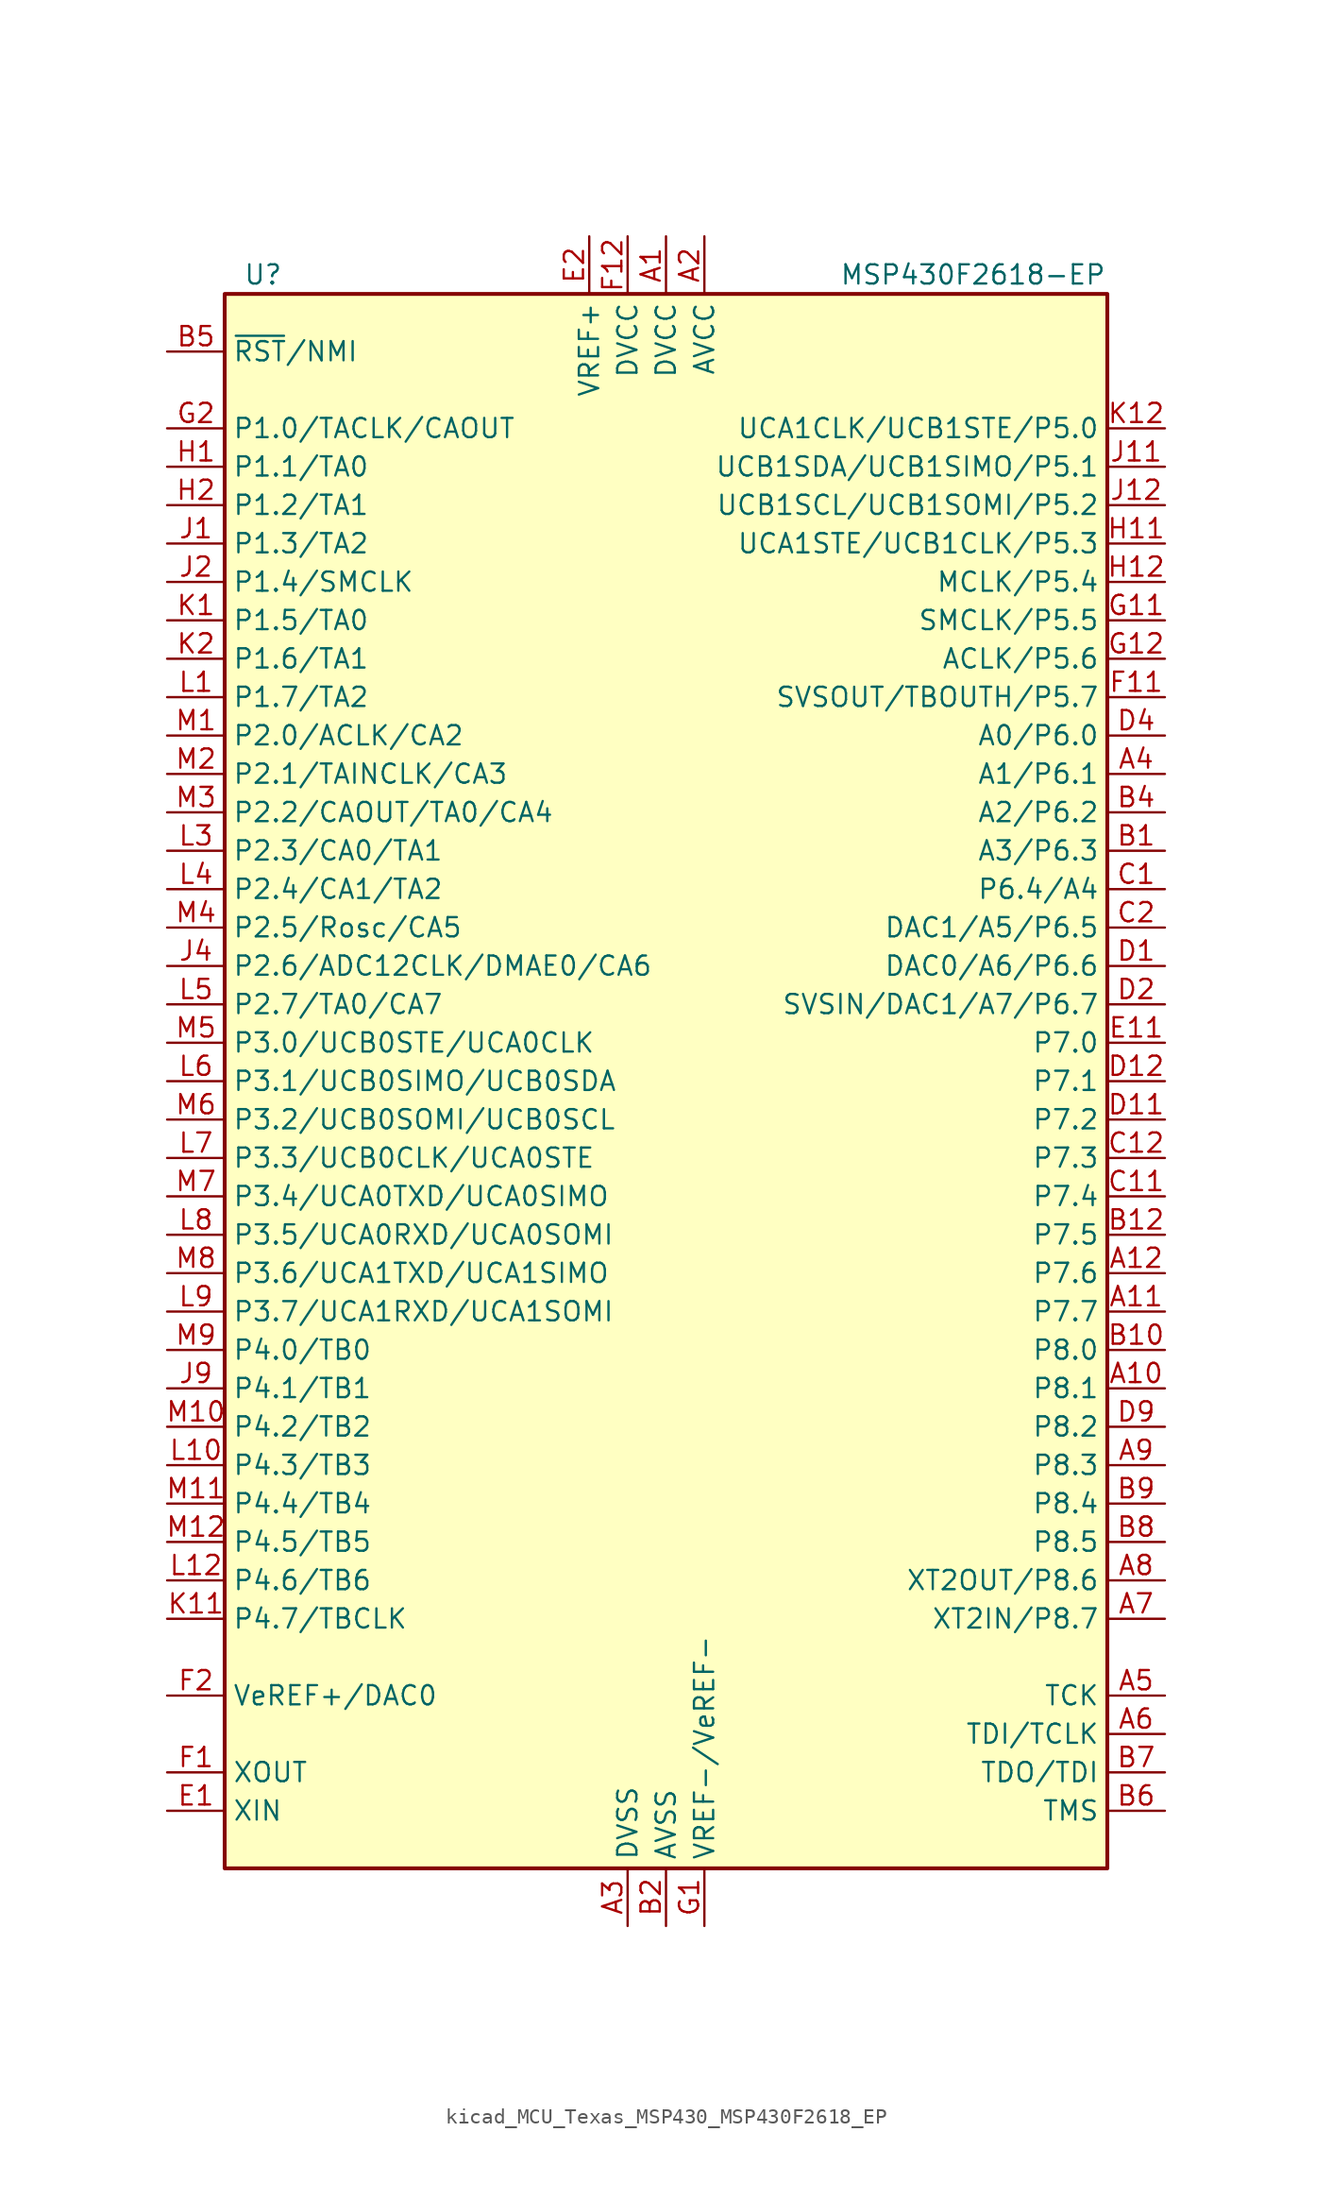
<source format=kicad_sym>
(kicad_symbol_lib
  (version 20220914)
  (generator kicad_symbol_editor)
  (symbol "kicad_MCU_Texas_MSP430_MSP430F2618_EP"
    (property "Reference" "U"
      (at -26.67 53.34 0)
      (effects (font (size 1.27 1.27))))
    (property "Value" "MSP430F2618-EP"
      (at 20.32 53.34 0)
      (effects (font (size 1.27 1.27))))
    (symbol "kicad_MCU_Texas_MSP430_MSP430F2618_EP_0_1"
      (rectangle (start -29.21 52.07) (end 29.21 -52.07) (stroke (width 0.254) (type default)) (fill (type background))))
    (symbol "kicad_MCU_Texas_MSP430_MSP430F2618_EP_1_1"
      (pin power_in line (at 0 55.88 270) (length 3.81) (name "DVCC" (effects (font (size 1.27 1.27)))) (number "A1" (effects (font (size 1.27 1.27)))))
      (pin bidirectional line (at 33.02 -20.32 180) (length 3.81) (name "P8.1" (effects (font (size 1.27 1.27)))) (number "A10" (effects (font (size 1.27 1.27)))))
      (pin bidirectional line (at 33.02 -15.24 180) (length 3.81) (name "P7.7" (effects (font (size 1.27 1.27)))) (number "A11" (effects (font (size 1.27 1.27)))))
      (pin bidirectional line (at 33.02 -12.7 180) (length 3.81) (name "P7.6" (effects (font (size 1.27 1.27)))) (number "A12" (effects (font (size 1.27 1.27)))))
      (pin power_in line (at 2.54 55.88 270) (length 3.81) (name "AVCC" (effects (font (size 1.27 1.27)))) (number "A2" (effects (font (size 1.27 1.27)))))
      (pin power_in line (at -2.54 -55.88 90) (length 3.81) (name "DVSS" (effects (font (size 1.27 1.27)))) (number "A3" (effects (font (size 1.27 1.27)))))
      (pin bidirectional line (at 33.02 20.32 180) (length 3.81) (name "A1/P6.1" (effects (font (size 1.27 1.27)))) (number "A4" (effects (font (size 1.27 1.27)))))
      (pin input line (at 33.02 -40.64 180) (length 3.81) (name "TCK" (effects (font (size 1.27 1.27)))) (number "A5" (effects (font (size 1.27 1.27)))))
      (pin input line (at 33.02 -43.18 180) (length 3.81) (name "TDI/TCLK" (effects (font (size 1.27 1.27)))) (number "A6" (effects (font (size 1.27 1.27)))))
      (pin bidirectional line (at 33.02 -35.56 180) (length 3.81) (name "XT2IN/P8.7" (effects (font (size 1.27 1.27)))) (number "A7" (effects (font (size 1.27 1.27)))))
      (pin bidirectional line (at 33.02 -33.02 180) (length 3.81) (name "XT2OUT/P8.6" (effects (font (size 1.27 1.27)))) (number "A8" (effects (font (size 1.27 1.27)))))
      (pin bidirectional line (at 33.02 -25.4 180) (length 3.81) (name "P8.3" (effects (font (size 1.27 1.27)))) (number "A9" (effects (font (size 1.27 1.27)))))
      (pin bidirectional line (at 33.02 15.24 180) (length 3.81) (name "A3/P6.3" (effects (font (size 1.27 1.27)))) (number "B1" (effects (font (size 1.27 1.27)))))
      (pin bidirectional line (at 33.02 -17.78 180) (length 3.81) (name "P8.0" (effects (font (size 1.27 1.27)))) (number "B10" (effects (font (size 1.27 1.27)))))
      (pin passive line (at -2.54 -55.88 90) (length 3.81) hide (name "DVSS" (effects (font (size 1.27 1.27)))) (number "B11" (effects (font (size 1.27 1.27)))))
      (pin bidirectional line (at 33.02 -10.16 180) (length 3.81) (name "P7.5" (effects (font (size 1.27 1.27)))) (number "B12" (effects (font (size 1.27 1.27)))))
      (pin power_in line (at 0 -55.88 90) (length 3.81) (name "AVSS" (effects (font (size 1.27 1.27)))) (number "B2" (effects (font (size 1.27 1.27)))))
      (pin passive line (at 0 -55.88 90) (length 3.81) hide (name "AVSS" (effects (font (size 1.27 1.27)))) (number "B3" (effects (font (size 1.27 1.27)))))
      (pin bidirectional line (at 33.02 17.78 180) (length 3.81) (name "A2/P6.2" (effects (font (size 1.27 1.27)))) (number "B4" (effects (font (size 1.27 1.27)))))
      (pin input line (at -33.02 48.26 0) (length 3.81) (name "~{RST}/NMI" (effects (font (size 1.27 1.27)))) (number "B5" (effects (font (size 1.27 1.27)))))
      (pin input line (at 33.02 -48.26 180) (length 3.81) (name "TMS" (effects (font (size 1.27 1.27)))) (number "B6" (effects (font (size 1.27 1.27)))))
      (pin bidirectional line (at 33.02 -45.72 180) (length 3.81) (name "TDO/TDI" (effects (font (size 1.27 1.27)))) (number "B7" (effects (font (size 1.27 1.27)))))
      (pin bidirectional line (at 33.02 -30.48 180) (length 3.81) (name "P8.5" (effects (font (size 1.27 1.27)))) (number "B8" (effects (font (size 1.27 1.27)))))
      (pin bidirectional line (at 33.02 -27.94 180) (length 3.81) (name "P8.4" (effects (font (size 1.27 1.27)))) (number "B9" (effects (font (size 1.27 1.27)))))
      (pin bidirectional line (at 33.02 12.7 180) (length 3.81) (name "P6.4/A4" (effects (font (size 1.27 1.27)))) (number "C1" (effects (font (size 1.27 1.27)))))
      (pin bidirectional line (at 33.02 -7.62 180) (length 3.81) (name "P7.4" (effects (font (size 1.27 1.27)))) (number "C11" (effects (font (size 1.27 1.27)))))
      (pin bidirectional line (at 33.02 -5.08 180) (length 3.81) (name "P7.3" (effects (font (size 1.27 1.27)))) (number "C12" (effects (font (size 1.27 1.27)))))
      (pin bidirectional line (at 33.02 10.16 180) (length 3.81) (name "DAC1/A5/P6.5" (effects (font (size 1.27 1.27)))) (number "C2" (effects (font (size 1.27 1.27)))))
      (pin bidirectional line (at 33.02 10.16 180) (length 3.81) hide (name "DAC1/A5/P6.5" (effects (font (size 1.27 1.27)))) (number "C3" (effects (font (size 1.27 1.27)))))
      (pin bidirectional line (at 33.02 7.62 180) (length 3.81) (name "DAC0/A6/P6.6" (effects (font (size 1.27 1.27)))) (number "D1" (effects (font (size 1.27 1.27)))))
      (pin bidirectional line (at 33.02 -2.54 180) (length 3.81) (name "P7.2" (effects (font (size 1.27 1.27)))) (number "D11" (effects (font (size 1.27 1.27)))))
      (pin bidirectional line (at 33.02 0 180) (length 3.81) (name "P7.1" (effects (font (size 1.27 1.27)))) (number "D12" (effects (font (size 1.27 1.27)))))
      (pin bidirectional line (at 33.02 5.08 180) (length 3.81) (name "SVSIN/DAC1/A7/P6.7" (effects (font (size 1.27 1.27)))) (number "D2" (effects (font (size 1.27 1.27)))))
      (pin bidirectional line (at 33.02 22.86 180) (length 3.81) (name "A0/P6.0" (effects (font (size 1.27 1.27)))) (number "D4" (effects (font (size 1.27 1.27)))))
      (pin passive line (at -2.54 -55.88 90) (length 3.81) hide (name "DVSS" (effects (font (size 1.27 1.27)))) (number "D5" (effects (font (size 1.27 1.27)))))
      (pin passive line (at -2.54 -55.88 90) (length 3.81) hide (name "DVSS" (effects (font (size 1.27 1.27)))) (number "D6" (effects (font (size 1.27 1.27)))))
      (pin passive line (at -2.54 -55.88 90) (length 3.81) hide (name "DVSS" (effects (font (size 1.27 1.27)))) (number "D7" (effects (font (size 1.27 1.27)))))
      (pin passive line (at -2.54 -55.88 90) (length 3.81) hide (name "DVSS" (effects (font (size 1.27 1.27)))) (number "D8" (effects (font (size 1.27 1.27)))))
      (pin bidirectional line (at 33.02 -22.86 180) (length 3.81) (name "P8.2" (effects (font (size 1.27 1.27)))) (number "D9" (effects (font (size 1.27 1.27)))))
      (pin input line (at -33.02 -48.26 0) (length 3.81) (name "XIN" (effects (font (size 1.27 1.27)))) (number "E1" (effects (font (size 1.27 1.27)))))
      (pin power_in line (at 33.02 2.54 180) (length 3.81) (name "P7.0" (effects (font (size 1.27 1.27)))) (number "E11" (effects (font (size 1.27 1.27)))))
      (pin passive line (at -2.54 -55.88 90) (length 3.81) hide (name "DVSS" (effects (font (size 1.27 1.27)))) (number "E12" (effects (font (size 1.27 1.27)))))
      (pin power_in line (at -5.08 55.88 270) (length 3.81) (name "VREF+" (effects (font (size 1.27 1.27)))) (number "E2" (effects (font (size 1.27 1.27)))))
      (pin passive line (at -2.54 -55.88 90) (length 3.81) hide (name "DVSS" (effects (font (size 1.27 1.27)))) (number "E4" (effects (font (size 1.27 1.27)))))
      (pin passive line (at -2.54 -55.88 90) (length 3.81) hide (name "DVSS" (effects (font (size 1.27 1.27)))) (number "E5" (effects (font (size 1.27 1.27)))))
      (pin passive line (at -2.54 -55.88 90) (length 3.81) hide (name "DVSS" (effects (font (size 1.27 1.27)))) (number "E6" (effects (font (size 1.27 1.27)))))
      (pin passive line (at -2.54 -55.88 90) (length 3.81) hide (name "DVSS" (effects (font (size 1.27 1.27)))) (number "E7" (effects (font (size 1.27 1.27)))))
      (pin passive line (at -2.54 -55.88 90) (length 3.81) hide (name "DVSS" (effects (font (size 1.27 1.27)))) (number "E8" (effects (font (size 1.27 1.27)))))
      (pin passive line (at -2.54 -55.88 90) (length 3.81) hide (name "DVSS" (effects (font (size 1.27 1.27)))) (number "E9" (effects (font (size 1.27 1.27)))))
      (pin output line (at -33.02 -45.72 0) (length 3.81) (name "XOUT" (effects (font (size 1.27 1.27)))) (number "F1" (effects (font (size 1.27 1.27)))))
      (pin bidirectional line (at 33.02 25.4 180) (length 3.81) (name "SVSOUT/TBOUTH/P5.7" (effects (font (size 1.27 1.27)))) (number "F11" (effects (font (size 1.27 1.27)))))
      (pin power_in line (at -2.54 55.88 270) (length 3.81) (name "DVCC" (effects (font (size 1.27 1.27)))) (number "F12" (effects (font (size 1.27 1.27)))))
      (pin bidirectional line (at -33.02 -40.64 0) (length 3.81) (name "VeREF+/DAC0" (effects (font (size 1.27 1.27)))) (number "F2" (effects (font (size 1.27 1.27)))))
      (pin passive line (at -2.54 -55.88 90) (length 3.81) hide (name "DVSS" (effects (font (size 1.27 1.27)))) (number "F4" (effects (font (size 1.27 1.27)))))
      (pin passive line (at -2.54 -55.88 90) (length 3.81) hide (name "DVSS" (effects (font (size 1.27 1.27)))) (number "F5" (effects (font (size 1.27 1.27)))))
      (pin passive line (at -2.54 -55.88 90) (length 3.81) hide (name "DVSS" (effects (font (size 1.27 1.27)))) (number "F8" (effects (font (size 1.27 1.27)))))
      (pin passive line (at -2.54 -55.88 90) (length 3.81) hide (name "DVSS" (effects (font (size 1.27 1.27)))) (number "F9" (effects (font (size 1.27 1.27)))))
      (pin bidirectional line (at 2.54 -55.88 90) (length 3.81) (name "VREF-/VeREF-" (effects (font (size 1.27 1.27)))) (number "G1" (effects (font (size 1.27 1.27)))))
      (pin bidirectional line (at 33.02 30.48 180) (length 3.81) (name "SMCLK/P5.5" (effects (font (size 1.27 1.27)))) (number "G11" (effects (font (size 1.27 1.27)))))
      (pin bidirectional line (at 33.02 27.94 180) (length 3.81) (name "ACLK/P5.6" (effects (font (size 1.27 1.27)))) (number "G12" (effects (font (size 1.27 1.27)))))
      (pin bidirectional line (at -33.02 43.18 0) (length 3.81) (name "P1.0/TACLK/CAOUT" (effects (font (size 1.27 1.27)))) (number "G2" (effects (font (size 1.27 1.27)))))
      (pin passive line (at -2.54 -55.88 90) (length 3.81) hide (name "DVSS" (effects (font (size 1.27 1.27)))) (number "G4" (effects (font (size 1.27 1.27)))))
      (pin passive line (at -2.54 -55.88 90) (length 3.81) hide (name "DVSS" (effects (font (size 1.27 1.27)))) (number "G5" (effects (font (size 1.27 1.27)))))
      (pin passive line (at -2.54 -55.88 90) (length 3.81) hide (name "DVSS" (effects (font (size 1.27 1.27)))) (number "G8" (effects (font (size 1.27 1.27)))))
      (pin passive line (at -2.54 -55.88 90) (length 3.81) hide (name "DVSS" (effects (font (size 1.27 1.27)))) (number "G9" (effects (font (size 1.27 1.27)))))
      (pin bidirectional line (at -33.02 40.64 0) (length 3.81) (name "P1.1/TA0" (effects (font (size 1.27 1.27)))) (number "H1" (effects (font (size 1.27 1.27)))))
      (pin bidirectional line (at 33.02 35.56 180) (length 3.81) (name "UCA1STE/UCB1CLK/P5.3" (effects (font (size 1.27 1.27)))) (number "H11" (effects (font (size 1.27 1.27)))))
      (pin bidirectional line (at 33.02 33.02 180) (length 3.81) (name "MCLK/P5.4" (effects (font (size 1.27 1.27)))) (number "H12" (effects (font (size 1.27 1.27)))))
      (pin bidirectional line (at -33.02 38.1 0) (length 3.81) (name "P1.2/TA1" (effects (font (size 1.27 1.27)))) (number "H2" (effects (font (size 1.27 1.27)))))
      (pin passive line (at -2.54 -55.88 90) (length 3.81) hide (name "DVSS" (effects (font (size 1.27 1.27)))) (number "H4" (effects (font (size 1.27 1.27)))))
      (pin passive line (at -2.54 -55.88 90) (length 3.81) hide (name "DVSS" (effects (font (size 1.27 1.27)))) (number "H5" (effects (font (size 1.27 1.27)))))
      (pin passive line (at -2.54 -55.88 90) (length 3.81) hide (name "DVSS" (effects (font (size 1.27 1.27)))) (number "H6" (effects (font (size 1.27 1.27)))))
      (pin passive line (at -2.54 -55.88 90) (length 3.81) hide (name "DVSS" (effects (font (size 1.27 1.27)))) (number "H7" (effects (font (size 1.27 1.27)))))
      (pin passive line (at -2.54 -55.88 90) (length 3.81) hide (name "DVSS" (effects (font (size 1.27 1.27)))) (number "H8" (effects (font (size 1.27 1.27)))))
      (pin passive line (at -2.54 -55.88 90) (length 3.81) hide (name "DVSS" (effects (font (size 1.27 1.27)))) (number "H9" (effects (font (size 1.27 1.27)))))
      (pin bidirectional line (at -33.02 35.56 0) (length 3.81) (name "P1.3/TA2" (effects (font (size 1.27 1.27)))) (number "J1" (effects (font (size 1.27 1.27)))))
      (pin bidirectional line (at 33.02 40.64 180) (length 3.81) (name "UCB1SDA/UCB1SIMO/P5.1" (effects (font (size 1.27 1.27)))) (number "J11" (effects (font (size 1.27 1.27)))))
      (pin bidirectional line (at 33.02 38.1 180) (length 3.81) (name "UCB1SCL/UCB1SOMI/P5.2" (effects (font (size 1.27 1.27)))) (number "J12" (effects (font (size 1.27 1.27)))))
      (pin bidirectional line (at -33.02 33.02 0) (length 3.81) (name "P1.4/SMCLK" (effects (font (size 1.27 1.27)))) (number "J2" (effects (font (size 1.27 1.27)))))
      (pin bidirectional line (at -33.02 7.62 0) (length 3.81) (name "P2.6/ADC12CLK/DMAE0/CA6" (effects (font (size 1.27 1.27)))) (number "J4" (effects (font (size 1.27 1.27)))))
      (pin passive line (at -2.54 -55.88 90) (length 3.81) hide (name "DVSS" (effects (font (size 1.27 1.27)))) (number "J5" (effects (font (size 1.27 1.27)))))
      (pin passive line (at -2.54 -55.88 90) (length 3.81) hide (name "DVSS" (effects (font (size 1.27 1.27)))) (number "J6" (effects (font (size 1.27 1.27)))))
      (pin passive line (at -2.54 -55.88 90) (length 3.81) hide (name "DVSS" (effects (font (size 1.27 1.27)))) (number "J7" (effects (font (size 1.27 1.27)))))
      (pin passive line (at -2.54 -55.88 90) (length 3.81) hide (name "DVSS" (effects (font (size 1.27 1.27)))) (number "J8" (effects (font (size 1.27 1.27)))))
      (pin bidirectional line (at -33.02 -20.32 0) (length 3.81) (name "P4.1/TB1" (effects (font (size 1.27 1.27)))) (number "J9" (effects (font (size 1.27 1.27)))))
      (pin bidirectional line (at -33.02 30.48 0) (length 3.81) (name "P1.5/TA0" (effects (font (size 1.27 1.27)))) (number "K1" (effects (font (size 1.27 1.27)))))
      (pin bidirectional line (at -33.02 -35.56 0) (length 3.81) (name "P4.7/TBCLK" (effects (font (size 1.27 1.27)))) (number "K11" (effects (font (size 1.27 1.27)))))
      (pin bidirectional line (at 33.02 43.18 180) (length 3.81) (name "UCA1CLK/UCB1STE/P5.0" (effects (font (size 1.27 1.27)))) (number "K12" (effects (font (size 1.27 1.27)))))
      (pin bidirectional line (at -33.02 27.94 0) (length 3.81) (name "P1.6/TA1" (effects (font (size 1.27 1.27)))) (number "K2" (effects (font (size 1.27 1.27)))))
      (pin bidirectional line (at -33.02 25.4 0) (length 3.81) (name "P1.7/TA2" (effects (font (size 1.27 1.27)))) (number "L1" (effects (font (size 1.27 1.27)))))
      (pin bidirectional line (at -33.02 -25.4 0) (length 3.81) (name "P4.3/TB3" (effects (font (size 1.27 1.27)))) (number "L10" (effects (font (size 1.27 1.27)))))
      (pin passive line (at -2.54 -55.88 90) (length 3.81) hide (name "DVSS" (effects (font (size 1.27 1.27)))) (number "L11" (effects (font (size 1.27 1.27)))))
      (pin bidirectional line (at -33.02 -33.02 0) (length 3.81) (name "P4.6/TB6" (effects (font (size 1.27 1.27)))) (number "L12" (effects (font (size 1.27 1.27)))))
      (pin passive line (at -2.54 -55.88 90) (length 3.81) hide (name "DVSS" (effects (font (size 1.27 1.27)))) (number "L2" (effects (font (size 1.27 1.27)))))
      (pin bidirectional line (at -33.02 15.24 0) (length 3.81) (name "P2.3/CA0/TA1" (effects (font (size 1.27 1.27)))) (number "L3" (effects (font (size 1.27 1.27)))))
      (pin bidirectional line (at -33.02 12.7 0) (length 3.81) (name "P2.4/CA1/TA2" (effects (font (size 1.27 1.27)))) (number "L4" (effects (font (size 1.27 1.27)))))
      (pin bidirectional line (at -33.02 5.08 0) (length 3.81) (name "P2.7/TA0/CA7" (effects (font (size 1.27 1.27)))) (number "L5" (effects (font (size 1.27 1.27)))))
      (pin bidirectional line (at -33.02 0 0) (length 3.81) (name "P3.1/UCB0SIMO/UCB0SDA" (effects (font (size 1.27 1.27)))) (number "L6" (effects (font (size 1.27 1.27)))))
      (pin bidirectional line (at -33.02 -5.08 0) (length 3.81) (name "P3.3/UCB0CLK/UCA0STE" (effects (font (size 1.27 1.27)))) (number "L7" (effects (font (size 1.27 1.27)))))
      (pin bidirectional line (at -33.02 -10.16 0) (length 3.81) (name "P3.5/UCA0RXD/UCA0SOMI" (effects (font (size 1.27 1.27)))) (number "L8" (effects (font (size 1.27 1.27)))))
      (pin bidirectional line (at -33.02 -15.24 0) (length 3.81) (name "P3.7/UCA1RXD/UCA1SOMI" (effects (font (size 1.27 1.27)))) (number "L9" (effects (font (size 1.27 1.27)))))
      (pin bidirectional line (at -33.02 22.86 0) (length 3.81) (name "P2.0/ACLK/CA2" (effects (font (size 1.27 1.27)))) (number "M1" (effects (font (size 1.27 1.27)))))
      (pin bidirectional line (at -33.02 -22.86 0) (length 3.81) (name "P4.2/TB2" (effects (font (size 1.27 1.27)))) (number "M10" (effects (font (size 1.27 1.27)))))
      (pin bidirectional line (at -33.02 -27.94 0) (length 3.81) (name "P4.4/TB4" (effects (font (size 1.27 1.27)))) (number "M11" (effects (font (size 1.27 1.27)))))
      (pin bidirectional line (at -33.02 -30.48 0) (length 3.81) (name "P4.5/TB5" (effects (font (size 1.27 1.27)))) (number "M12" (effects (font (size 1.27 1.27)))))
      (pin bidirectional line (at -33.02 20.32 0) (length 3.81) (name "P2.1/TAINCLK/CA3" (effects (font (size 1.27 1.27)))) (number "M2" (effects (font (size 1.27 1.27)))))
      (pin bidirectional line (at -33.02 17.78 0) (length 3.81) (name "P2.2/CAOUT/TA0/CA4" (effects (font (size 1.27 1.27)))) (number "M3" (effects (font (size 1.27 1.27)))))
      (pin bidirectional line (at -33.02 10.16 0) (length 3.81) (name "P2.5/Rosc/CA5" (effects (font (size 1.27 1.27)))) (number "M4" (effects (font (size 1.27 1.27)))))
      (pin bidirectional line (at -33.02 2.54 0) (length 3.81) (name "P3.0/UCB0STE/UCA0CLK" (effects (font (size 1.27 1.27)))) (number "M5" (effects (font (size 1.27 1.27)))))
      (pin bidirectional line (at -33.02 -2.54 0) (length 3.81) (name "P3.2/UCB0SOMI/UCB0SCL" (effects (font (size 1.27 1.27)))) (number "M6" (effects (font (size 1.27 1.27)))))
      (pin bidirectional line (at -33.02 -7.62 0) (length 3.81) (name "P3.4/UCA0TXD/UCA0SIMO" (effects (font (size 1.27 1.27)))) (number "M7" (effects (font (size 1.27 1.27)))))
      (pin bidirectional line (at -33.02 -12.7 0) (length 3.81) (name "P3.6/UCA1TXD/UCA1SIMO" (effects (font (size 1.27 1.27)))) (number "M8" (effects (font (size 1.27 1.27)))))
      (pin bidirectional line (at -33.02 -17.78 0) (length 3.81) (name "P4.0/TB0" (effects (font (size 1.27 1.27)))) (number "M9" (effects (font (size 1.27 1.27))))))))
</source>
